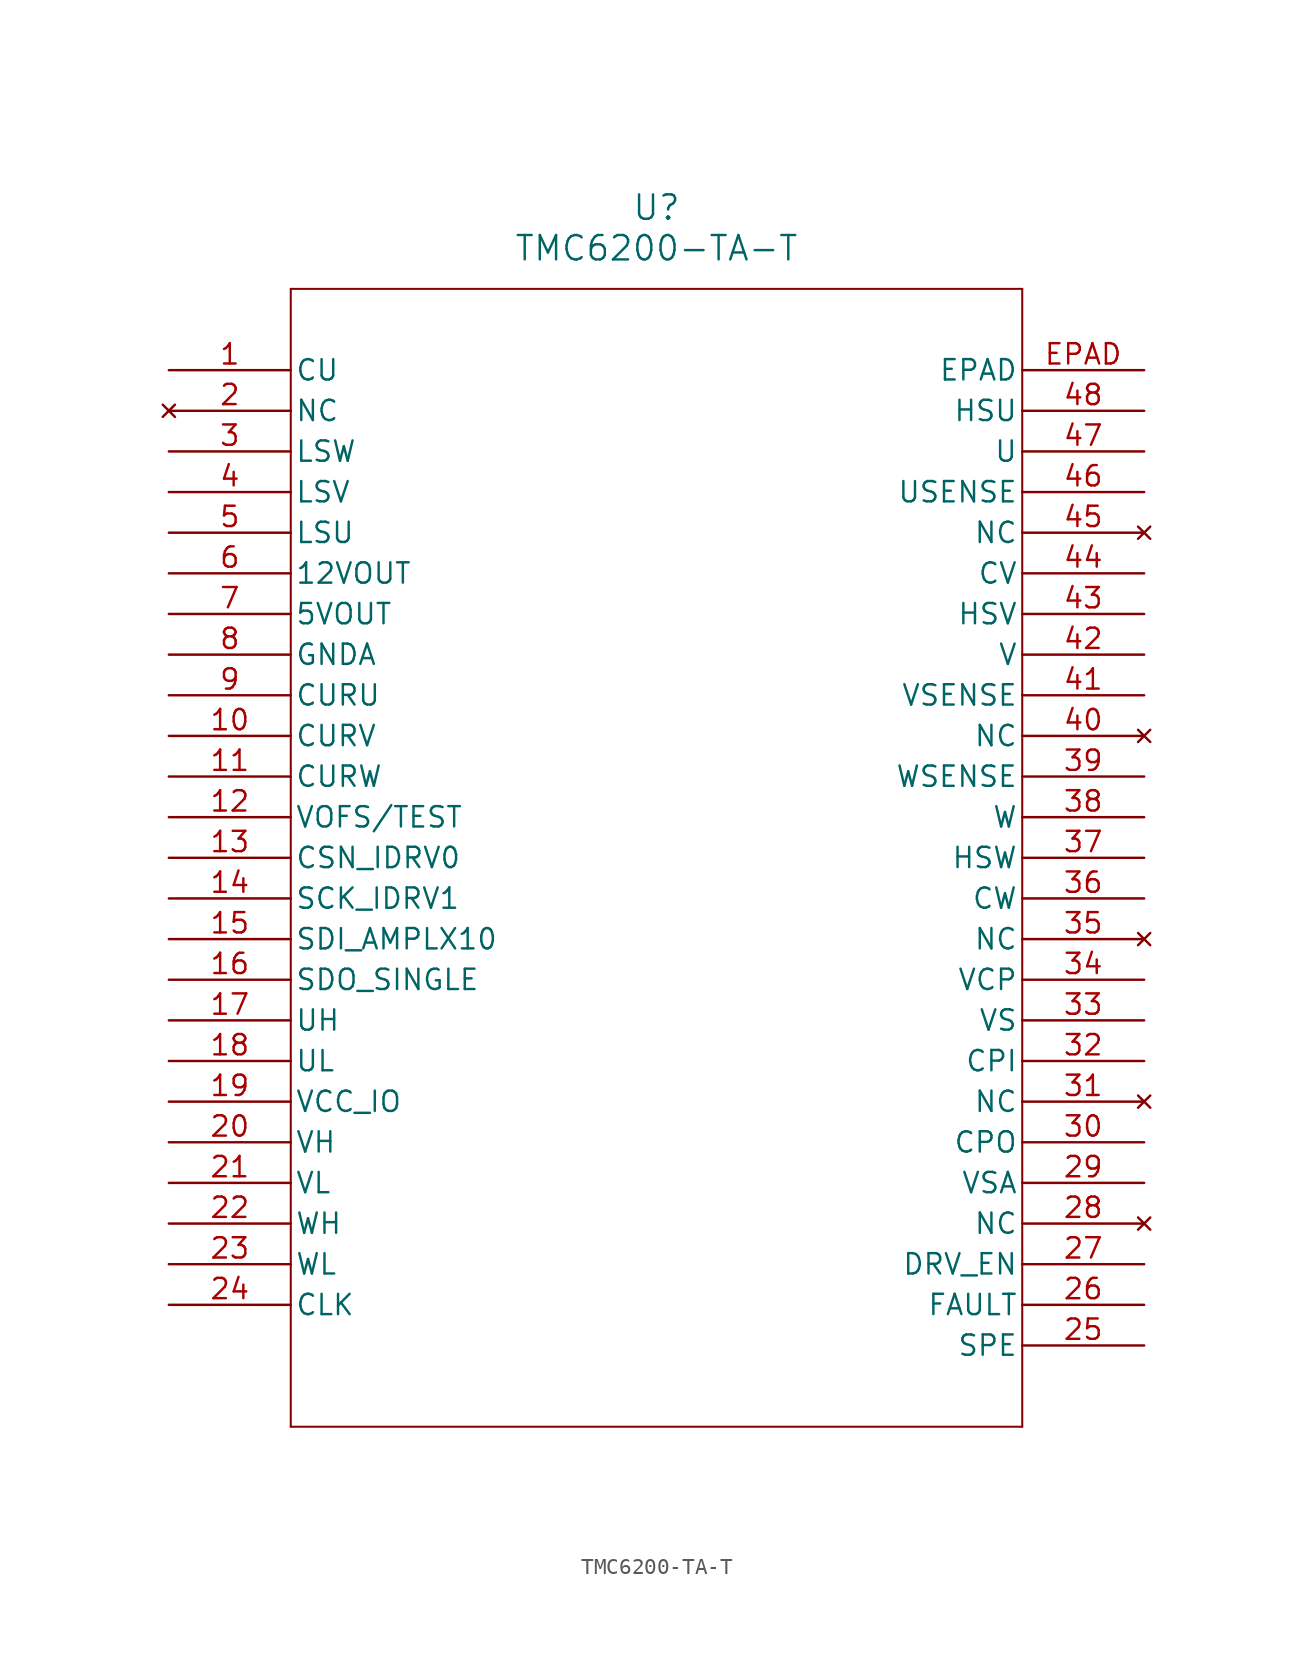
<source format=kicad_sym>
(kicad_symbol_lib
  (version 20211014)
  (generator kicad_symbol_editor)
  (symbol "TMC6200-TA-T"
    (pin_names
      (offset 0.254))
    (property "Reference" "U"
      (at 30.48 10.16 0)
      (effects (font (size 1.524 1.524))))
    (property "Value" "TMC6200-TA-T"
      (at 30.48 7.62 0)
      (effects (font (size 1.524 1.524))))
    (symbol "TMC6200-TA-T_0_1"
      (polyline (pts (xy 7.62 -66.04) (xy 53.34 -66.04)) (stroke (width 0.127) (type default) (color 0 0 0 0)) (fill (type none)))
      (polyline (pts (xy 7.62 5.08) (xy 7.62 -66.04)) (stroke (width 0.127) (type default) (color 0 0 0 0)) (fill (type none)))
      (polyline (pts (xy 53.34 -66.04) (xy 53.34 5.08)) (stroke (width 0.127) (type default) (color 0 0 0 0)) (fill (type none)))
      (polyline (pts (xy 53.34 5.08) (xy 7.62 5.08)) (stroke (width 0.127) (type default) (color 0 0 0 0)) (fill (type none)))
      (pin unspecified line (at 0 0 0) (length 7.62) (name "CU" (effects (font (size 1.27 1.27)))) (number "1" (effects (font (size 1.27 1.27)))))
      (pin output line (at 0 -22.86 0) (length 7.62) (name "CURV" (effects (font (size 1.27 1.27)))) (number "10" (effects (font (size 1.27 1.27)))))
      (pin output line (at 0 -25.4 0) (length 7.62) (name "CURW" (effects (font (size 1.27 1.27)))) (number "11" (effects (font (size 1.27 1.27)))))
      (pin input line (at 0 -27.94 0) (length 7.62) (name "VOFS/TEST" (effects (font (size 1.27 1.27)))) (number "12" (effects (font (size 1.27 1.27)))))
      (pin input line (at 0 -30.48 0) (length 7.62) (name "CSN_IDRV0" (effects (font (size 1.27 1.27)))) (number "13" (effects (font (size 1.27 1.27)))))
      (pin input line (at 0 -33.02 0) (length 7.62) (name "SCK_IDRV1" (effects (font (size 1.27 1.27)))) (number "14" (effects (font (size 1.27 1.27)))))
      (pin input line (at 0 -35.56 0) (length 7.62) (name "SDI_AMPLX10" (effects (font (size 1.27 1.27)))) (number "15" (effects (font (size 1.27 1.27)))))
      (pin bidirectional line (at 0 -38.1 0) (length 7.62) (name "SDO_SINGLE" (effects (font (size 1.27 1.27)))) (number "16" (effects (font (size 1.27 1.27)))))
      (pin input line (at 0 -40.64 0) (length 7.62) (name "UH" (effects (font (size 1.27 1.27)))) (number "17" (effects (font (size 1.27 1.27)))))
      (pin input line (at 0 -43.18 0) (length 7.62) (name "UL" (effects (font (size 1.27 1.27)))) (number "18" (effects (font (size 1.27 1.27)))))
      (pin power_in line (at 0 -45.72 0) (length 7.62) (name "VCC_IO" (effects (font (size 1.27 1.27)))) (number "19" (effects (font (size 1.27 1.27)))))
      (pin no_connect line (at 0 -2.54 0) (length 7.62) (name "NC" (effects (font (size 1.27 1.27)))) (number "2" (effects (font (size 1.27 1.27)))))
      (pin input line (at 0 -48.26 0) (length 7.62) (name "VH" (effects (font (size 1.27 1.27)))) (number "20" (effects (font (size 1.27 1.27)))))
      (pin input line (at 0 -50.8 0) (length 7.62) (name "VL" (effects (font (size 1.27 1.27)))) (number "21" (effects (font (size 1.27 1.27)))))
      (pin input line (at 0 -53.34 0) (length 7.62) (name "WH" (effects (font (size 1.27 1.27)))) (number "22" (effects (font (size 1.27 1.27)))))
      (pin input line (at 0 -55.88 0) (length 7.62) (name "WL" (effects (font (size 1.27 1.27)))) (number "23" (effects (font (size 1.27 1.27)))))
      (pin input line (at 0 -58.42 0) (length 7.62) (name "CLK" (effects (font (size 1.27 1.27)))) (number "24" (effects (font (size 1.27 1.27)))))
      (pin input line (at 60.96 -60.96 180) (length 7.62) (name "SPE" (effects (font (size 1.27 1.27)))) (number "25" (effects (font (size 1.27 1.27)))))
      (pin output line (at 60.96 -58.42 180) (length 7.62) (name "FAULT" (effects (font (size 1.27 1.27)))) (number "26" (effects (font (size 1.27 1.27)))))
      (pin input line (at 60.96 -55.88 180) (length 7.62) (name "DRV_EN" (effects (font (size 1.27 1.27)))) (number "27" (effects (font (size 1.27 1.27)))))
      (pin no_connect line (at 60.96 -53.34 180) (length 7.62) (name "NC" (effects (font (size 1.27 1.27)))) (number "28" (effects (font (size 1.27 1.27)))))
      (pin power_in line (at 60.96 -50.8 180) (length 7.62) (name "VSA" (effects (font (size 1.27 1.27)))) (number "29" (effects (font (size 1.27 1.27)))))
      (pin output line (at 0 -5.08 0) (length 7.62) (name "LSW" (effects (font (size 1.27 1.27)))) (number "3" (effects (font (size 1.27 1.27)))))
      (pin output line (at 60.96 -48.26 180) (length 7.62) (name "CPO" (effects (font (size 1.27 1.27)))) (number "30" (effects (font (size 1.27 1.27)))))
      (pin no_connect line (at 60.96 -45.72 180) (length 7.62) (name "NC" (effects (font (size 1.27 1.27)))) (number "31" (effects (font (size 1.27 1.27)))))
      (pin input line (at 60.96 -43.18 180) (length 7.62) (name "CPI" (effects (font (size 1.27 1.27)))) (number "32" (effects (font (size 1.27 1.27)))))
      (pin power_in line (at 60.96 -40.64 180) (length 7.62) (name "VS" (effects (font (size 1.27 1.27)))) (number "33" (effects (font (size 1.27 1.27)))))
      (pin unspecified line (at 60.96 -38.1 180) (length 7.62) (name "VCP" (effects (font (size 1.27 1.27)))) (number "34" (effects (font (size 1.27 1.27)))))
      (pin no_connect line (at 60.96 -35.56 180) (length 7.62) (name "NC" (effects (font (size 1.27 1.27)))) (number "35" (effects (font (size 1.27 1.27)))))
      (pin unspecified line (at 60.96 -33.02 180) (length 7.62) (name "CW" (effects (font (size 1.27 1.27)))) (number "36" (effects (font (size 1.27 1.27)))))
      (pin output line (at 60.96 -30.48 180) (length 7.62) (name "HSW" (effects (font (size 1.27 1.27)))) (number "37" (effects (font (size 1.27 1.27)))))
      (pin unspecified line (at 60.96 -27.94 180) (length 7.62) (name "W" (effects (font (size 1.27 1.27)))) (number "38" (effects (font (size 1.27 1.27)))))
      (pin unspecified line (at 60.96 -25.4 180) (length 7.62) (name "WSENSE" (effects (font (size 1.27 1.27)))) (number "39" (effects (font (size 1.27 1.27)))))
      (pin output line (at 0 -7.62 0) (length 7.62) (name "LSV" (effects (font (size 1.27 1.27)))) (number "4" (effects (font (size 1.27 1.27)))))
      (pin no_connect line (at 60.96 -22.86 180) (length 7.62) (name "NC" (effects (font (size 1.27 1.27)))) (number "40" (effects (font (size 1.27 1.27)))))
      (pin unspecified line (at 60.96 -20.32 180) (length 7.62) (name "VSENSE" (effects (font (size 1.27 1.27)))) (number "41" (effects (font (size 1.27 1.27)))))
      (pin unspecified line (at 60.96 -17.78 180) (length 7.62) (name "V" (effects (font (size 1.27 1.27)))) (number "42" (effects (font (size 1.27 1.27)))))
      (pin output line (at 60.96 -15.24 180) (length 7.62) (name "HSV" (effects (font (size 1.27 1.27)))) (number "43" (effects (font (size 1.27 1.27)))))
      (pin unspecified line (at 60.96 -12.7 180) (length 7.62) (name "CV" (effects (font (size 1.27 1.27)))) (number "44" (effects (font (size 1.27 1.27)))))
      (pin no_connect line (at 60.96 -10.16 180) (length 7.62) (name "NC" (effects (font (size 1.27 1.27)))) (number "45" (effects (font (size 1.27 1.27)))))
      (pin unspecified line (at 60.96 -7.62 180) (length 7.62) (name "USENSE" (effects (font (size 1.27 1.27)))) (number "46" (effects (font (size 1.27 1.27)))))
      (pin unspecified line (at 60.96 -5.08 180) (length 7.62) (name "U" (effects (font (size 1.27 1.27)))) (number "47" (effects (font (size 1.27 1.27)))))
      (pin output line (at 60.96 -2.54 180) (length 7.62) (name "HSU" (effects (font (size 1.27 1.27)))) (number "48" (effects (font (size 1.27 1.27)))))
      (pin output line (at 0 -10.16 0) (length 7.62) (name "LSU" (effects (font (size 1.27 1.27)))) (number "5" (effects (font (size 1.27 1.27)))))
      (pin output line (at 0 -12.7 0) (length 7.62) (name "12VOUT" (effects (font (size 1.27 1.27)))) (number "6" (effects (font (size 1.27 1.27)))))
      (pin output line (at 0 -15.24 0) (length 7.62) (name "5VOUT" (effects (font (size 1.27 1.27)))) (number "7" (effects (font (size 1.27 1.27)))))
      (pin power_in line (at 0 -17.78 0) (length 7.62) (name "GNDA" (effects (font (size 1.27 1.27)))) (number "8" (effects (font (size 1.27 1.27)))))
      (pin output line (at 0 -20.32 0) (length 7.62) (name "CURU" (effects (font (size 1.27 1.27)))) (number "9" (effects (font (size 1.27 1.27)))))
      (pin unspecified line (at 60.96 0 180) (length 7.62) (name "EPAD" (effects (font (size 1.27 1.27)))) (number "EPAD" (effects (font (size 1.27 1.27))))))))
</source>
